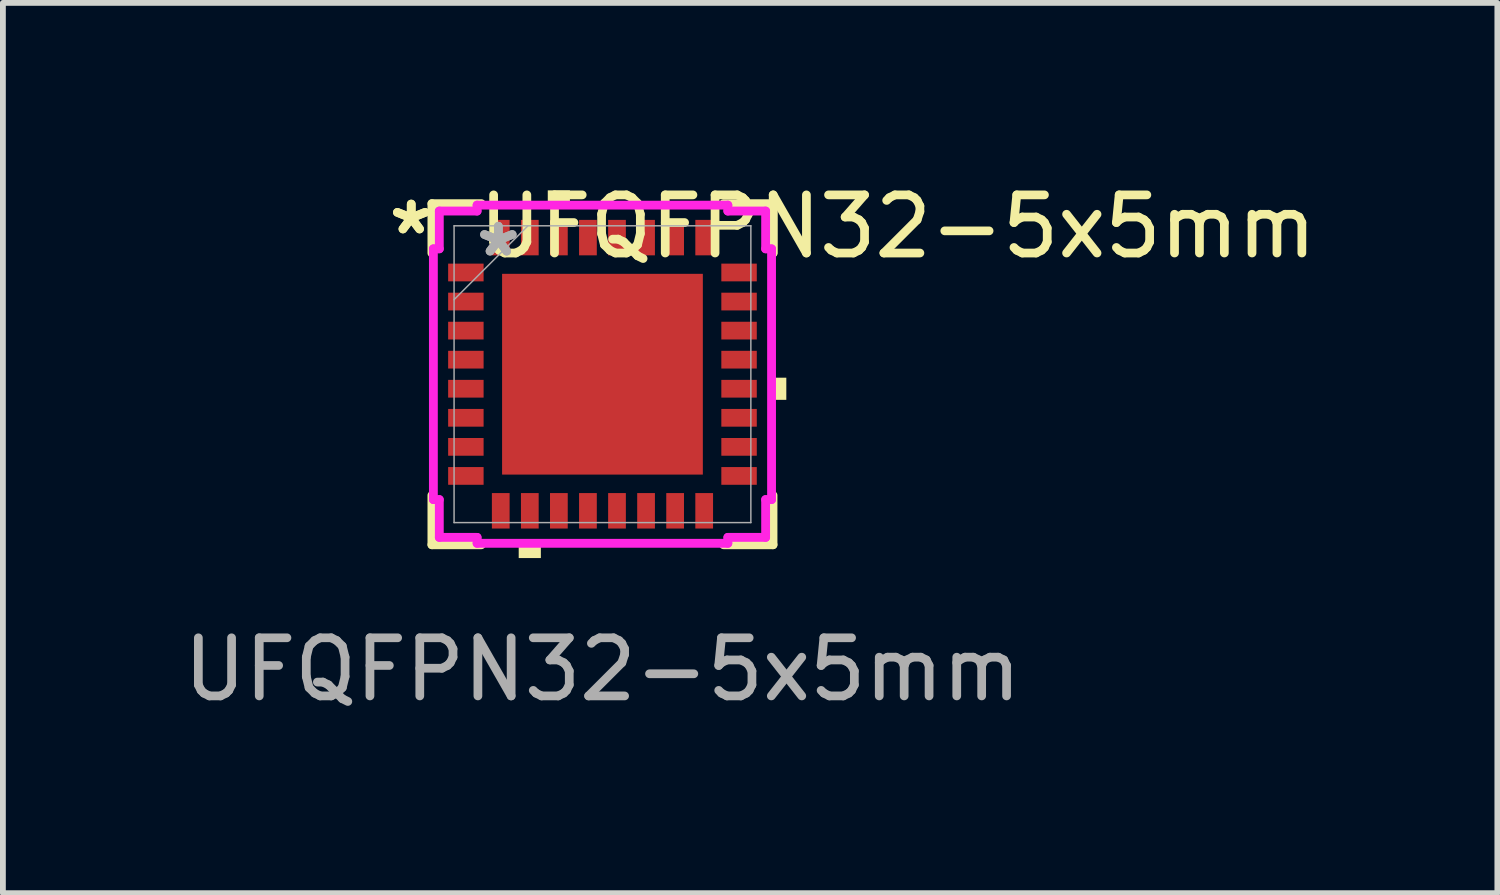
<source format=kicad_pcb>
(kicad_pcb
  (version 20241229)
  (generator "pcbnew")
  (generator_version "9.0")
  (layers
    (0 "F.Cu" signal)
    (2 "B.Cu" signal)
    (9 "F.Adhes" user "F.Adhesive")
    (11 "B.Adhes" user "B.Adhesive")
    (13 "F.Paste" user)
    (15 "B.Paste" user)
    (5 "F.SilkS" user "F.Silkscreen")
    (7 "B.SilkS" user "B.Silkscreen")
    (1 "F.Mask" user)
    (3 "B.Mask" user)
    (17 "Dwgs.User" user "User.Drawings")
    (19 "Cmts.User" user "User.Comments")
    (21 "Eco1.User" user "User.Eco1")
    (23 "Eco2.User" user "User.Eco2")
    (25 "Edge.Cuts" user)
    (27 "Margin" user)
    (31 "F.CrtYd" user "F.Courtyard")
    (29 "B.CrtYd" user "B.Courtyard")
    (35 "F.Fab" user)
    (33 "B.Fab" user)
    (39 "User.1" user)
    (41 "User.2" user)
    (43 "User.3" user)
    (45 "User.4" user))
  (footprint "UFQFPN32-5x5mm"
    (layer "F.Cu")
    (at 7.315 3.388)
    (property "Reference" "UFQFPN32-5x5mm" (at 5.08 -2.54 0) (unlocked yes) (layer "F.SilkS") (effects (font (size 1 1) (thickness 0.15))))
    (attr smd)
    (fp_poly (pts (xy -2.655 -1.903) (xy -2.655 -1.598) (xy -2.045 -1.598) (xy -2.045 -1.903)) (stroke (width 0) (type solid)) (fill yes) (layer "F.Mask"))
    (fp_poly (pts (xy -2.655 -1.403) (xy -2.655 -1.098) (xy -2.045 -1.098) (xy -2.045 -1.403)) (stroke (width 0) (type solid)) (fill yes) (layer "F.Mask"))
    (fp_poly (pts (xy -2.655 -0.903) (xy -2.655 -0.598) (xy -2.045 -0.598) (xy -2.045 -0.903)) (stroke (width 0) (type solid)) (fill yes) (layer "F.Mask"))
    (fp_poly (pts (xy -2.655 -0.402) (xy -2.655 -0.098) (xy -2.045 -0.098) (xy -2.045 -0.402)) (stroke (width 0) (type solid)) (fill yes) (layer "F.Mask"))
    (fp_poly (pts (xy -2.655 0.098) (xy -2.655 0.402) (xy -2.045 0.402) (xy -2.045 0.098)) (stroke (width 0) (type solid)) (fill yes) (layer "F.Mask"))
    (fp_poly (pts (xy -2.655 0.598) (xy -2.655 0.903) (xy -2.045 0.903) (xy -2.045 0.598)) (stroke (width 0) (type solid)) (fill yes) (layer "F.Mask"))
    (fp_poly (pts (xy -2.655 1.098) (xy -2.655 1.403) (xy -2.045 1.403) (xy -2.045 1.098)) (stroke (width 0) (type solid)) (fill yes) (layer "F.Mask"))
    (fp_poly (pts (xy -2.655 1.598) (xy -2.655 1.903) (xy -2.045 1.903) (xy -2.045 1.598)) (stroke (width 0) (type solid)) (fill yes) (layer "F.Mask"))
    (fp_poly (pts (xy -1.903 -2.655) (xy -1.903 -2.045) (xy -1.598 -2.045) (xy -1.598 -2.655)) (stroke (width 0) (type solid)) (fill yes) (layer "F.Mask"))
    (fp_poly (pts (xy -1.903 2.045) (xy -1.903 2.655) (xy -1.598 2.655) (xy -1.598 2.045)) (stroke (width 0) (type solid)) (fill yes) (layer "F.Mask"))
    (fp_poly (pts (xy -1.403 -2.655) (xy -1.403 -2.045) (xy -1.098 -2.045) (xy -1.098 -2.655)) (stroke (width 0) (type solid)) (fill yes) (layer "F.Mask"))
    (fp_poly (pts (xy -1.403 2.045) (xy -1.403 2.655) (xy -1.098 2.655) (xy -1.098 2.045)) (stroke (width 0) (type solid)) (fill yes) (layer "F.Mask"))
    (fp_poly (pts (xy -0.903 -2.655) (xy -0.903 -2.045) (xy -0.598 -2.045) (xy -0.598 -2.655)) (stroke (width 0) (type solid)) (fill yes) (layer "F.Mask"))
    (fp_poly (pts (xy -0.903 2.045) (xy -0.903 2.655) (xy -0.598 2.655) (xy -0.598 2.045)) (stroke (width 0) (type solid)) (fill yes) (layer "F.Mask"))
    (fp_poly (pts (xy -0.402 -2.655) (xy -0.402 -2.045) (xy -0.098 -2.045) (xy -0.098 -2.655)) (stroke (width 0) (type solid)) (fill yes) (layer "F.Mask"))
    (fp_poly (pts (xy -0.402 2.045) (xy -0.402 2.655) (xy -0.098 2.655) (xy -0.098 2.045)) (stroke (width 0) (type solid)) (fill yes) (layer "F.Mask"))
    (fp_poly (pts (xy 0.098 -2.655) (xy 0.098 -2.045) (xy 0.402 -2.045) (xy 0.402 -2.655)) (stroke (width 0) (type solid)) (fill yes) (layer "F.Mask"))
    (fp_poly (pts (xy 0.098 2.045) (xy 0.098 2.655) (xy 0.402 2.655) (xy 0.402 2.045)) (stroke (width 0) (type solid)) (fill yes) (layer "F.Mask"))
    (fp_poly (pts (xy 0.598 -2.655) (xy 0.598 -2.045) (xy 0.903 -2.045) (xy 0.903 -2.655)) (stroke (width 0) (type solid)) (fill yes) (layer "F.Mask"))
    (fp_poly (pts (xy 0.598 2.045) (xy 0.598 2.655) (xy 0.903 2.655) (xy 0.903 2.045)) (stroke (width 0) (type solid)) (fill yes) (layer "F.Mask"))
    (fp_poly (pts (xy 1.098 -2.655) (xy 1.098 -2.045) (xy 1.403 -2.045) (xy 1.403 -2.655)) (stroke (width 0) (type solid)) (fill yes) (layer "F.Mask"))
    (fp_poly (pts (xy 1.098 2.045) (xy 1.098 2.655) (xy 1.403 2.655) (xy 1.403 2.045)) (stroke (width 0) (type solid)) (fill yes) (layer "F.Mask"))
    (fp_poly (pts (xy 1.598 -2.655) (xy 1.598 -2.045) (xy 1.903 -2.045) (xy 1.903 -2.655)) (stroke (width 0) (type solid)) (fill yes) (layer "F.Mask"))
    (fp_poly (pts (xy 1.598 2.045) (xy 1.598 2.655) (xy 1.903 2.655) (xy 1.903 2.045)) (stroke (width 0) (type solid)) (fill yes) (layer "F.Mask"))
    (fp_poly (pts (xy 2.045 -1.903) (xy 2.045 -1.598) (xy 2.655 -1.598) (xy 2.655 -1.903)) (stroke (width 0) (type solid)) (fill yes) (layer "F.Mask"))
    (fp_poly (pts (xy 2.045 -1.403) (xy 2.045 -1.098) (xy 2.655 -1.098) (xy 2.655 -1.403)) (stroke (width 0) (type solid)) (fill yes) (layer "F.Mask"))
    (fp_poly (pts (xy 2.045 -0.903) (xy 2.045 -0.598) (xy 2.655 -0.598) (xy 2.655 -0.903)) (stroke (width 0) (type solid)) (fill yes) (layer "F.Mask"))
    (fp_poly (pts (xy 2.045 -0.402) (xy 2.045 -0.098) (xy 2.655 -0.098) (xy 2.655 -0.402)) (stroke (width 0) (type solid)) (fill yes) (layer "F.Mask"))
    (fp_poly (pts (xy 2.045 0.098) (xy 2.045 0.402) (xy 2.655 0.402) (xy 2.655 0.098)) (stroke (width 0) (type solid)) (fill yes) (layer "F.Mask"))
    (fp_poly (pts (xy 2.045 0.598) (xy 2.045 0.903) (xy 2.655 0.903) (xy 2.655 0.598)) (stroke (width 0) (type solid)) (fill yes) (layer "F.Mask"))
    (fp_poly (pts (xy 2.045 1.098) (xy 2.045 1.403) (xy 2.655 1.403) (xy 2.655 1.098)) (stroke (width 0) (type solid)) (fill yes) (layer "F.Mask"))
    (fp_poly (pts (xy 2.045 1.598) (xy 2.045 1.903) (xy 2.655 1.903) (xy 2.655 1.598)) (stroke (width 0) (type solid)) (fill yes) (layer "F.Mask"))
    (fp_line (start -2.934 -2.934) (end -2.934 -2.084) (stroke (width 0.152) (type solid)) (layer "F.SilkS"))
    (fp_line (start -2.934 2.084) (end -2.934 2.934) (stroke (width 0.152) (type solid)) (layer "F.SilkS"))
    (fp_line (start -2.934 2.934) (end -2.084 2.934) (stroke (width 0.152) (type solid)) (layer "F.SilkS"))
    (fp_line (start -2.084 -2.934) (end -2.934 -2.934) (stroke (width 0.152) (type solid)) (layer "F.SilkS"))
    (fp_line (start 2.084 2.934) (end 2.934 2.934) (stroke (width 0.152) (type solid)) (layer "F.SilkS"))
    (fp_line (start 2.934 -2.934) (end 2.084 -2.934) (stroke (width 0.152) (type solid)) (layer "F.SilkS"))
    (fp_line (start 2.934 -2.084) (end 2.934 -2.934) (stroke (width 0.152) (type solid)) (layer "F.SilkS"))
    (fp_line (start 2.934 2.934) (end 2.934 2.084) (stroke (width 0.152) (type solid)) (layer "F.SilkS"))
    (fp_poly (pts (xy -1.441 2.909) (xy -1.441 3.163) (xy -1.06 3.163) (xy -1.06 2.909)) (stroke (width 0) (type solid)) (fill yes) (layer "F.SilkS"))
    (fp_poly (pts (xy -0.941 -2.909) (xy -0.941 -3.163) (xy -0.56 -3.163) (xy -0.56 -2.909)) (stroke (width 0) (type solid)) (fill yes) (layer "F.SilkS"))
    (fp_poly (pts (xy 3.163 0.06) (xy 3.163 0.441) (xy 2.909 0.441) (xy 2.909 0.06)) (stroke (width 0) (type solid)) (fill yes) (layer "F.SilkS"))
    (fp_poly (pts (xy -2.655 -1.903) (xy -2.655 -1.598) (xy -2.045 -1.598) (xy -2.045 -1.903)) (stroke (width 0) (type solid)) (fill yes) (layer "F.Paste"))
    (fp_poly (pts (xy -2.655 -1.403) (xy -2.655 -1.098) (xy -2.045 -1.098) (xy -2.045 -1.403)) (stroke (width 0) (type solid)) (fill yes) (layer "F.Paste"))
    (fp_poly (pts (xy -2.655 -0.903) (xy -2.655 -0.598) (xy -2.045 -0.598) (xy -2.045 -0.903)) (stroke (width 0) (type solid)) (fill yes) (layer "F.Paste"))
    (fp_poly (pts (xy -2.655 -0.402) (xy -2.655 -0.098) (xy -2.045 -0.098) (xy -2.045 -0.402)) (stroke (width 0) (type solid)) (fill yes) (layer "F.Paste"))
    (fp_poly (pts (xy -2.655 0.098) (xy -2.655 0.402) (xy -2.045 0.402) (xy -2.045 0.098)) (stroke (width 0) (type solid)) (fill yes) (layer "F.Paste"))
    (fp_poly (pts (xy -2.655 0.598) (xy -2.655 0.903) (xy -2.045 0.903) (xy -2.045 0.598)) (stroke (width 0) (type solid)) (fill yes) (layer "F.Paste"))
    (fp_poly (pts (xy -2.655 1.098) (xy -2.655 1.403) (xy -2.045 1.403) (xy -2.045 1.098)) (stroke (width 0) (type solid)) (fill yes) (layer "F.Paste"))
    (fp_poly (pts (xy -2.655 1.598) (xy -2.655 1.903) (xy -2.045 1.903) (xy -2.045 1.598)) (stroke (width 0) (type solid)) (fill yes) (layer "F.Paste"))
    (fp_poly (pts (xy -1.903 -2.655) (xy -1.903 -2.045) (xy -1.598 -2.045) (xy -1.598 -2.655)) (stroke (width 0) (type solid)) (fill yes) (layer "F.Paste"))
    (fp_poly (pts (xy -1.903 2.045) (xy -1.903 2.655) (xy -1.598 2.655) (xy -1.598 2.045)) (stroke (width 0) (type solid)) (fill yes) (layer "F.Paste"))
    (fp_poly (pts (xy -1.627 -1.627) (xy -1.627 -0.1) (xy -0.1 -0.1) (xy -0.1 -1.627)) (stroke (width 0) (type solid)) (fill yes) (layer "F.Paste"))
    (fp_poly (pts (xy -1.627 0.1) (xy -1.627 1.627) (xy -0.1 1.627) (xy -0.1 0.1)) (stroke (width 0) (type solid)) (fill yes) (layer "F.Paste"))
    (fp_poly (pts (xy -1.403 -2.655) (xy -1.403 -2.045) (xy -1.098 -2.045) (xy -1.098 -2.655)) (stroke (width 0) (type solid)) (fill yes) (layer "F.Paste"))
    (fp_poly (pts (xy -1.403 2.045) (xy -1.403 2.655) (xy -1.098 2.655) (xy -1.098 2.045)) (stroke (width 0) (type solid)) (fill yes) (layer "F.Paste"))
    (fp_poly (pts (xy -0.903 -2.655) (xy -0.903 -2.045) (xy -0.598 -2.045) (xy -0.598 -2.655)) (stroke (width 0) (type solid)) (fill yes) (layer "F.Paste"))
    (fp_poly (pts (xy -0.903 2.045) (xy -0.903 2.655) (xy -0.598 2.655) (xy -0.598 2.045)) (stroke (width 0) (type solid)) (fill yes) (layer "F.Paste"))
    (fp_poly (pts (xy -0.402 -2.655) (xy -0.402 -2.045) (xy -0.098 -2.045) (xy -0.098 -2.655)) (stroke (width 0) (type solid)) (fill yes) (layer "F.Paste"))
    (fp_poly (pts (xy -0.402 2.045) (xy -0.402 2.655) (xy -0.098 2.655) (xy -0.098 2.045)) (stroke (width 0) (type solid)) (fill yes) (layer "F.Paste"))
    (fp_poly (pts (xy 0.098 -2.655) (xy 0.098 -2.045) (xy 0.402 -2.045) (xy 0.402 -2.655)) (stroke (width 0) (type solid)) (fill yes) (layer "F.Paste"))
    (fp_poly (pts (xy 0.098 2.045) (xy 0.098 2.655) (xy 0.402 2.655) (xy 0.402 2.045)) (stroke (width 0) (type solid)) (fill yes) (layer "F.Paste"))
    (fp_poly (pts (xy 0.1 -1.627) (xy 0.1 -0.1) (xy 1.627 -0.1) (xy 1.627 -1.627)) (stroke (width 0) (type solid)) (fill yes) (layer "F.Paste"))
    (fp_poly (pts (xy 0.1 0.1) (xy 0.1 1.627) (xy 1.627 1.627) (xy 1.627 0.1)) (stroke (width 0) (type solid)) (fill yes) (layer "F.Paste"))
    (fp_poly (pts (xy 0.598 -2.655) (xy 0.598 -2.045) (xy 0.903 -2.045) (xy 0.903 -2.655)) (stroke (width 0) (type solid)) (fill yes) (layer "F.Paste"))
    (fp_poly (pts (xy 0.598 2.045) (xy 0.598 2.655) (xy 0.903 2.655) (xy 0.903 2.045)) (stroke (width 0) (type solid)) (fill yes) (layer "F.Paste"))
    (fp_poly (pts (xy 1.098 -2.655) (xy 1.098 -2.045) (xy 1.403 -2.045) (xy 1.403 -2.655)) (stroke (width 0) (type solid)) (fill yes) (layer "F.Paste"))
    (fp_poly (pts (xy 1.098 2.045) (xy 1.098 2.655) (xy 1.403 2.655) (xy 1.403 2.045)) (stroke (width 0) (type solid)) (fill yes) (layer "F.Paste"))
    (fp_poly (pts (xy 1.598 -2.655) (xy 1.598 -2.045) (xy 1.903 -2.045) (xy 1.903 -2.655)) (stroke (width 0) (type solid)) (fill yes) (layer "F.Paste"))
    (fp_poly (pts (xy 1.598 2.045) (xy 1.598 2.655) (xy 1.903 2.655) (xy 1.903 2.045)) (stroke (width 0) (type solid)) (fill yes) (layer "F.Paste"))
    (fp_poly (pts (xy 2.045 -1.903) (xy 2.045 -1.598) (xy 2.655 -1.598) (xy 2.655 -1.903)) (stroke (width 0) (type solid)) (fill yes) (layer "F.Paste"))
    (fp_poly (pts (xy 2.045 -1.403) (xy 2.045 -1.098) (xy 2.655 -1.098) (xy 2.655 -1.403)) (stroke (width 0) (type solid)) (fill yes) (layer "F.Paste"))
    (fp_poly (pts (xy 2.045 -0.903) (xy 2.045 -0.598) (xy 2.655 -0.598) (xy 2.655 -0.903)) (stroke (width 0) (type solid)) (fill yes) (layer "F.Paste"))
    (fp_poly (pts (xy 2.045 -0.402) (xy 2.045 -0.098) (xy 2.655 -0.098) (xy 2.655 -0.402)) (stroke (width 0) (type solid)) (fill yes) (layer "F.Paste"))
    (fp_poly (pts (xy 2.045 0.098) (xy 2.045 0.402) (xy 2.655 0.402) (xy 2.655 0.098)) (stroke (width 0) (type solid)) (fill yes) (layer "F.Paste"))
    (fp_poly (pts (xy 2.045 0.598) (xy 2.045 0.903) (xy 2.655 0.903) (xy 2.655 0.598)) (stroke (width 0) (type solid)) (fill yes) (layer "F.Paste"))
    (fp_poly (pts (xy 2.045 1.098) (xy 2.045 1.403) (xy 2.655 1.403) (xy 2.655 1.098)) (stroke (width 0) (type solid)) (fill yes) (layer "F.Paste"))
    (fp_poly (pts (xy 2.045 1.598) (xy 2.045 1.903) (xy 2.655 1.903) (xy 2.655 1.598)) (stroke (width 0) (type solid)) (fill yes) (layer "F.Paste"))
    (fp_line (start -2.909 -2.157) (end -2.807 -2.157) (stroke (width 0.152) (type solid)) (layer "F.CrtYd"))
    (fp_line (start -2.909 2.157) (end -2.909 -2.157) (stroke (width 0.152) (type solid)) (layer "F.CrtYd"))
    (fp_line (start -2.807 -2.807) (end -2.157 -2.807) (stroke (width 0.152) (type solid)) (layer "F.CrtYd"))
    (fp_line (start -2.807 -2.157) (end -2.807 -2.807) (stroke (width 0.152) (type solid)) (layer "F.CrtYd"))
    (fp_line (start -2.807 2.157) (end -2.909 2.157) (stroke (width 0.152) (type solid)) (layer "F.CrtYd"))
    (fp_line (start -2.807 2.807) (end -2.807 2.157) (stroke (width 0.152) (type solid)) (layer "F.CrtYd"))
    (fp_line (start -2.157 -2.909) (end 2.157 -2.909) (stroke (width 0.152) (type solid)) (layer "F.CrtYd"))
    (fp_line (start -2.157 -2.807) (end -2.157 -2.909) (stroke (width 0.152) (type solid)) (layer "F.CrtYd"))
    (fp_line (start -2.157 2.807) (end -2.807 2.807) (stroke (width 0.152) (type solid)) (layer "F.CrtYd"))
    (fp_line (start -2.157 2.909) (end -2.157 2.807) (stroke (width 0.152) (type solid)) (layer "F.CrtYd"))
    (fp_line (start 2.157 -2.909) (end 2.157 -2.807) (stroke (width 0.152) (type solid)) (layer "F.CrtYd"))
    (fp_line (start 2.157 -2.807) (end 2.807 -2.807) (stroke (width 0.152) (type solid)) (layer "F.CrtYd"))
    (fp_line (start 2.157 2.807) (end 2.157 2.909) (stroke (width 0.152) (type solid)) (layer "F.CrtYd"))
    (fp_line (start 2.157 2.909) (end -2.157 2.909) (stroke (width 0.152) (type solid)) (layer "F.CrtYd"))
    (fp_line (start 2.807 -2.807) (end 2.807 -2.157) (stroke (width 0.152) (type solid)) (layer "F.CrtYd"))
    (fp_line (start 2.807 -2.157) (end 2.909 -2.157) (stroke (width 0.152) (type solid)) (layer "F.CrtYd"))
    (fp_line (start 2.807 2.157) (end 2.807 2.807) (stroke (width 0.152) (type solid)) (layer "F.CrtYd"))
    (fp_line (start 2.807 2.807) (end 2.157 2.807) (stroke (width 0.152) (type solid)) (layer "F.CrtYd"))
    (fp_line (start 2.909 -2.157) (end 2.909 2.157) (stroke (width 0.152) (type solid)) (layer "F.CrtYd"))
    (fp_line (start 2.909 2.157) (end 2.807 2.157) (stroke (width 0.152) (type solid)) (layer "F.CrtYd"))
    (fp_line (start -2.553 -2.553) (end -2.553 2.553) (stroke (width 0.025) (type solid)) (layer "F.Fab"))
    (fp_line (start -2.553 -1.283) (end -1.283 -2.553) (stroke (width 0.025) (type solid)) (layer "F.Fab"))
    (fp_line (start -2.553 2.553) (end 2.553 2.553) (stroke (width 0.025) (type solid)) (layer "F.Fab"))
    (fp_line (start 2.553 -2.553) (end -2.553 -2.553) (stroke (width 0.025) (type solid)) (layer "F.Fab"))
    (fp_line (start 2.553 2.553) (end 2.553 -2.553) (stroke (width 0.025) (type solid)) (layer "F.Fab"))
    (fp_text user "*" (at -3.29 -2.382 0) (unlocked yes) (layer "F.SilkS") (effects (font (size 1 1) (thickness 0.15))))
    (fp_text user "*" (at -3.29 -2.382 0) (layer "F.SilkS") (effects (font (size 1 1) (thickness 0.15))))
    (fp_text user "*" (at -1.791 -2.001 0) (unlocked yes) (layer "F.Fab") (effects (font (size 1 1) (thickness 0.15))))
    (fp_text user "${REFERENCE}" (at 0 5.08 0) (unlocked yes) (layer "F.Fab") (effects (font (size 1 1) (thickness 0.15))))
    (fp_text user "*" (at -1.791 -2.001 0) (layer "F.Fab") (effects (font (size 1 1) (thickness 0.15))))
    (pad "1" smd rect (at -2.35 -1.75 90) (size 0.305 0.61) (layers "F.Cu" "F.Mask"))
    (pad "2" smd rect (at -2.35 -1.25 90) (size 0.305 0.61) (layers "F.Cu" "F.Mask"))
    (pad "3" smd rect (at -2.35 -0.75 90) (size 0.305 0.61) (layers "F.Cu" "F.Mask"))
    (pad "4" smd rect (at -2.35 -0.25 90) (size 0.305 0.61) (layers "F.Cu" "F.Mask"))
    (pad "5" smd rect (at -2.35 0.25 90) (size 0.305 0.61) (layers "F.Cu" "F.Mask"))
    (pad "6" smd rect (at -2.35 0.75 90) (size 0.305 0.61) (layers "F.Cu" "F.Mask"))
    (pad "7" smd rect (at -2.35 1.25 90) (size 0.305 0.61) (layers "F.Cu" "F.Mask"))
    (pad "8" smd rect (at -2.35 1.75 90) (size 0.305 0.61) (layers "F.Cu" "F.Mask"))
    (pad "9" smd rect (at -1.75 2.35) (size 0.305 0.61) (layers "F.Cu" "F.Mask"))
    (pad "10" smd rect (at -1.25 2.35) (size 0.305 0.61) (layers "F.Cu" "F.Mask"))
    (pad "11" smd rect (at -0.75 2.35) (size 0.305 0.61) (layers "F.Cu" "F.Mask"))
    (pad "12" smd rect (at -0.25 2.35) (size 0.305 0.61) (layers "F.Cu" "F.Mask"))
    (pad "13" smd rect (at 0.25 2.35) (size 0.305 0.61) (layers "F.Cu" "F.Mask"))
    (pad "14" smd rect (at 0.75 2.35) (size 0.305 0.61) (layers "F.Cu" "F.Mask"))
    (pad "15" smd rect (at 1.25 2.35) (size 0.305 0.61) (layers "F.Cu" "F.Mask"))
    (pad "16" smd rect (at 1.75 2.35) (size 0.305 0.61) (layers "F.Cu" "F.Mask"))
    (pad "17" smd rect (at 2.35 1.75 90) (size 0.305 0.61) (layers "F.Cu" "F.Mask"))
    (pad "18" smd rect (at 2.35 1.25 90) (size 0.305 0.61) (layers "F.Cu" "F.Mask"))
    (pad "19" smd rect (at 2.35 0.75 90) (size 0.305 0.61) (layers "F.Cu" "F.Mask"))
    (pad "20" smd rect (at 2.35 0.25 90) (size 0.305 0.61) (layers "F.Cu" "F.Mask"))
    (pad "21" smd rect (at 2.35 -0.25 90) (size 0.305 0.61) (layers "F.Cu" "F.Mask"))
    (pad "22" smd rect (at 2.35 -0.75 90) (size 0.305 0.61) (layers "F.Cu" "F.Mask"))
    (pad "23" smd rect (at 2.35 -1.25 90) (size 0.305 0.61) (layers "F.Cu" "F.Mask"))
    (pad "24" smd rect (at 2.35 -1.75 90) (size 0.305 0.61) (layers "F.Cu" "F.Mask"))
    (pad "25" smd rect (at 1.75 -2.35) (size 0.305 0.61) (layers "F.Cu" "F.Mask"))
    (pad "26" smd rect (at 1.25 -2.35) (size 0.305 0.61) (layers "F.Cu" "F.Mask"))
    (pad "27" smd rect (at 0.75 -2.35) (size 0.305 0.61) (layers "F.Cu" "F.Mask"))
    (pad "28" smd rect (at 0.25 -2.35) (size 0.305 0.61) (layers "F.Cu" "F.Mask"))
    (pad "29" smd rect (at -0.25 -2.35) (size 0.305 0.61) (layers "F.Cu" "F.Mask"))
    (pad "30" smd rect (at -0.75 -2.35) (size 0.305 0.61) (layers "F.Cu" "F.Mask"))
    (pad "31" smd rect (at -1.25 -2.35) (size 0.305 0.61) (layers "F.Cu" "F.Mask"))
    (pad "32" smd rect (at -1.75 -2.35) (size 0.305 0.61) (layers "F.Cu" "F.Mask"))
    (pad "33" smd rect (at 0 0) (size 3.454 3.454) (layers "F.Cu" "F.Mask")))
  (gr_rect
    (start -3 -3)
    (end 22.711 12.316)
    (stroke (width 0.1) (type default))
    (fill no)
    (layer "Edge.Cuts")))
</source>
